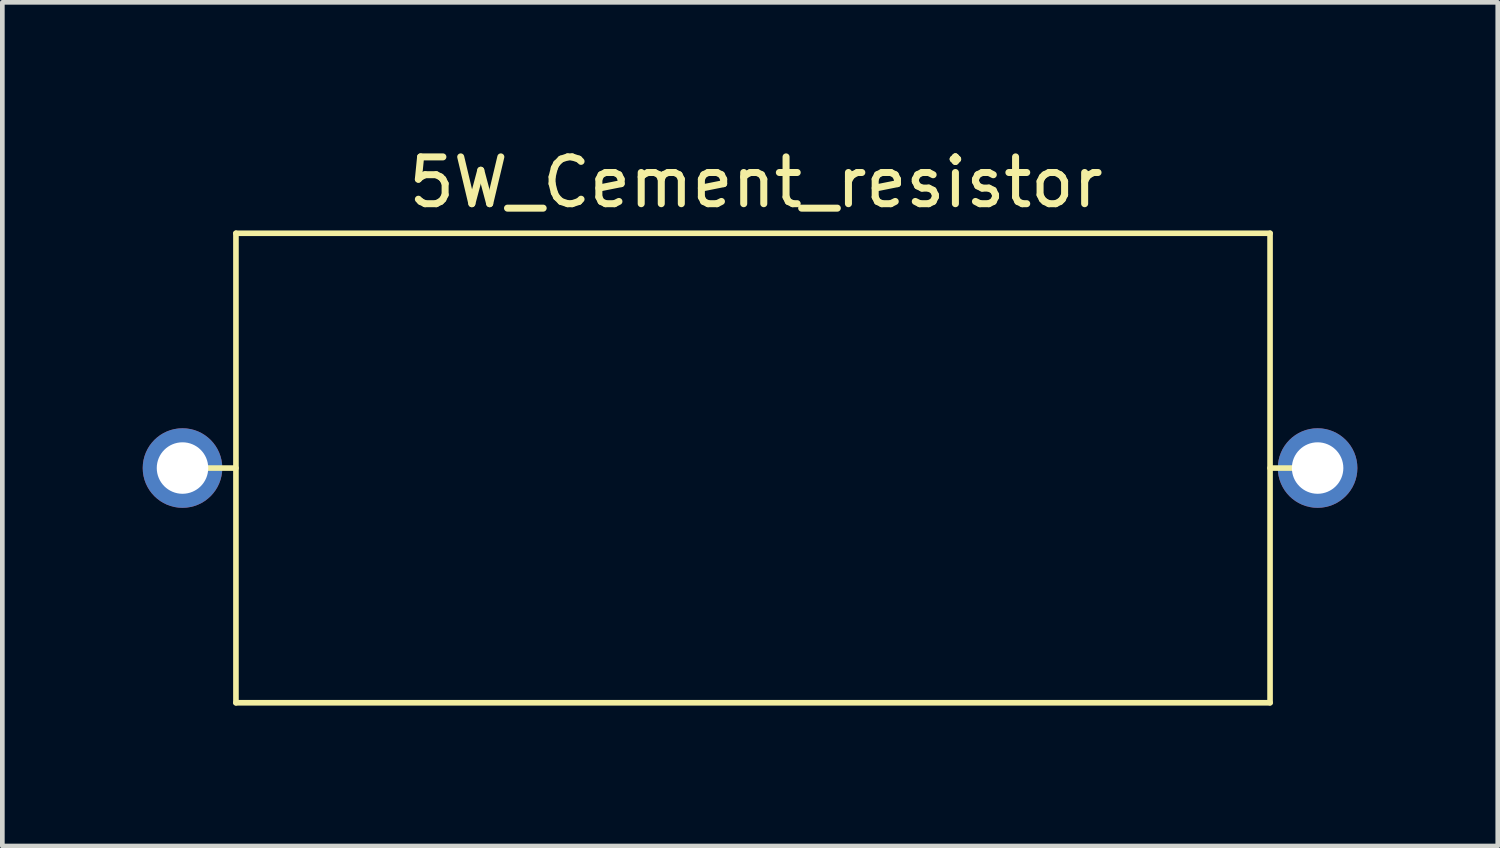
<source format=kicad_pcb>
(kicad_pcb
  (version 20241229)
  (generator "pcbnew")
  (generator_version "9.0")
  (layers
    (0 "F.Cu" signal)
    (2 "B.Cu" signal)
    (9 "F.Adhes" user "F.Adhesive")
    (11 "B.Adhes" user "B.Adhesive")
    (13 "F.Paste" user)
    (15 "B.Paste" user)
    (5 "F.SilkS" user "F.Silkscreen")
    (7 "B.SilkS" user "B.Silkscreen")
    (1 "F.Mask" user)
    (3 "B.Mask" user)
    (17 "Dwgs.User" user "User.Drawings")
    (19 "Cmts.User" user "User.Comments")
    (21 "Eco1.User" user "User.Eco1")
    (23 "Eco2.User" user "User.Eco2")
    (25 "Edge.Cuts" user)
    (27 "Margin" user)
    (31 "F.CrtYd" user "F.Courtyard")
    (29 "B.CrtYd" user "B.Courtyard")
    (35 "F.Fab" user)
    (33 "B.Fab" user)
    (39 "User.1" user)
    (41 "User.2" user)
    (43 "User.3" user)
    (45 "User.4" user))
  (footprint "5W_Cement_resistor"
    (layer "F.Cu")
    (at 13.105 0.348)
    (property "Reference" "5W_Cement_resistor" (at 0 0.5 0) (layer "F.SilkS") (effects (font (size 1 1) (thickness 0.15))))
    (attr through_hole)
    (fp_line (start -11.113 1.587) (end 10.986 1.587) (stroke (width 0.12) (type solid)) (layer "F.SilkS"))
    (fp_line (start -11.113 6.604) (end -12.192 6.604) (stroke (width 0.12) (type solid)) (layer "F.SilkS"))
    (fp_line (start -11.113 11.62) (end -11.113 1.587) (stroke (width 0.12) (type solid)) (layer "F.SilkS"))
    (fp_line (start 10.986 1.587) (end 10.986 11.62) (stroke (width 0.12) (type solid)) (layer "F.SilkS"))
    (fp_line (start 10.986 6.604) (end 12.002 6.604) (stroke (width 0.12) (type solid)) (layer "F.SilkS"))
    (fp_line (start 10.986 11.62) (end -11.113 11.62) (stroke (width 0.12) (type solid)) (layer "F.SilkS"))
    (pad "1" thru_hole circle (at -12.255 6.604) (size 1.7 1.7) (drill 1.1) (layers "*.Cu" "*.Mask"))
    (pad "2" thru_hole circle (at 12.002 6.604) (size 1.7 1.7) (drill 1.1) (layers "*.Cu" "*.Mask")))
  (gr_rect
    (start -3 -3)
    (end 28.957 15.029)
    (stroke (width 0.1) (type default))
    (fill no)
    (layer "Edge.Cuts")))
</source>
